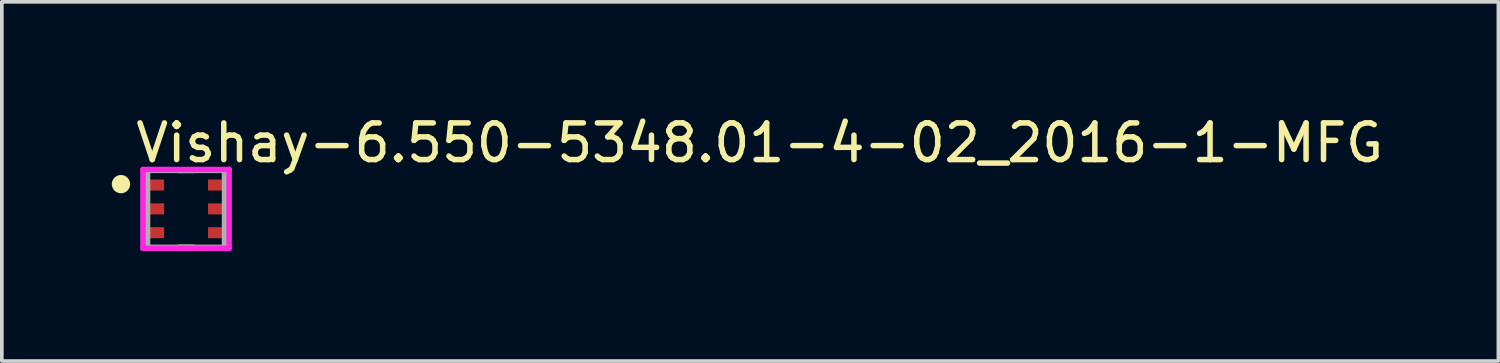
<source format=kicad_pcb>
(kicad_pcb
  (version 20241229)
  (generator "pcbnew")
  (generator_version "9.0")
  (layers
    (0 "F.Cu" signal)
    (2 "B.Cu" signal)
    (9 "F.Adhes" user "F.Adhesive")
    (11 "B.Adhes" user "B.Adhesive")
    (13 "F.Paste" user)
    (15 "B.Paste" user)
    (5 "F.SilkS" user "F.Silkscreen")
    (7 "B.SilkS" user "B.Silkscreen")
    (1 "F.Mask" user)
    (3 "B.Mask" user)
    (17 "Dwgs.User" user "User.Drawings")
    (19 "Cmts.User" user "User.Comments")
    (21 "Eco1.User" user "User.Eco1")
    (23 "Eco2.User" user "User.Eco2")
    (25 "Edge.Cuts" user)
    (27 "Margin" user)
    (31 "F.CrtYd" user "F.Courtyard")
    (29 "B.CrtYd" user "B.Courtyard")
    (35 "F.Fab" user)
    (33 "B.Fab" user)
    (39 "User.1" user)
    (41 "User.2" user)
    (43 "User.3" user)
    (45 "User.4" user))
  (footprint "Vishay-6.550-5348.01-4-02_2016-1-MFG"
    (layer "F.Cu")
    (at 2.025 2.648)
    (property "Reference" "Vishay-6.550-5348.01-4-02_2016-1-MFG" (at -1.45 -1.8 0) (layer "F.SilkS") (effects (font (size 1 1) (thickness 0.15)) (justify left)))
    (attr through_hole)
    (fp_line (start -0.2 -1.05) (end 0.2 -1.05) (stroke (width 0.15) (type solid)) (layer "F.SilkS"))
    (fp_line (start -0.2 1.05) (end 0.2 1.05) (stroke (width 0.15) (type solid)) (layer "F.SilkS"))
    (fp_circle (center -1.775 -0.675) (end -1.65 -0.675) (stroke (width 0.25) (type solid)) (fill no) (layer "F.SilkS"))
    (fp_line (start -1.175 -1.075) (end -1.175 1.075) (stroke (width 0.15) (type solid)) (layer "F.CrtYd"))
    (fp_line (start -1.175 1.075) (end 1.175 1.075) (stroke (width 0.15) (type solid)) (layer "F.CrtYd"))
    (fp_line (start 1.175 -1.075) (end -1.175 -1.075) (stroke (width 0.15) (type solid)) (layer "F.CrtYd"))
    (fp_line (start 1.175 -1.075) (end 1.175 -1.075) (stroke (width 0.15) (type solid)) (layer "F.CrtYd"))
    (fp_line (start 1.175 1.075) (end 1.175 -1.075) (stroke (width 0.15) (type solid)) (layer "F.CrtYd"))
    (fp_line (start -1.05 -1.05) (end 1.05 -1.05) (stroke (width 0.15) (type solid)) (layer "F.Fab"))
    (fp_line (start -1.05 1.05) (end -1.05 -1.05) (stroke (width 0.15) (type solid)) (layer "F.Fab"))
    (fp_line (start 1.05 -1.05) (end 1.05 1.05) (stroke (width 0.15) (type solid)) (layer "F.Fab"))
    (fp_line (start 1.05 1.05) (end -1.05 1.05) (stroke (width 0.15) (type solid)) (layer "F.Fab"))
    (pad "1" smd rect (at -0.875 -0.65) (size 0.55 0.3) (layers "F.Cu" "F.Mask" "F.Paste"))
    (pad "2" smd rect (at -0.875 0) (size 0.55 0.3) (layers "F.Cu" "F.Mask" "F.Paste"))
    (pad "3" smd rect (at -0.875 0.65) (size 0.55 0.3) (layers "F.Cu" "F.Mask" "F.Paste"))
    (pad "4" smd rect (at 0.875 0.65) (size 0.55 0.3) (layers "F.Cu" "F.Mask" "F.Paste"))
    (pad "5" smd rect (at 0.875 0) (size 0.55 0.3) (layers "F.Cu" "F.Mask" "F.Paste"))
    (pad "6" smd rect (at 0.875 -0.65) (size 0.55 0.3) (layers "F.Cu" "F.Mask" "F.Paste")))
  (gr_rect
    (start -3 -3)
    (end 37.825 6.798)
    (stroke (width 0.1) (type default))
    (fill no)
    (layer "Edge.Cuts")))
</source>
